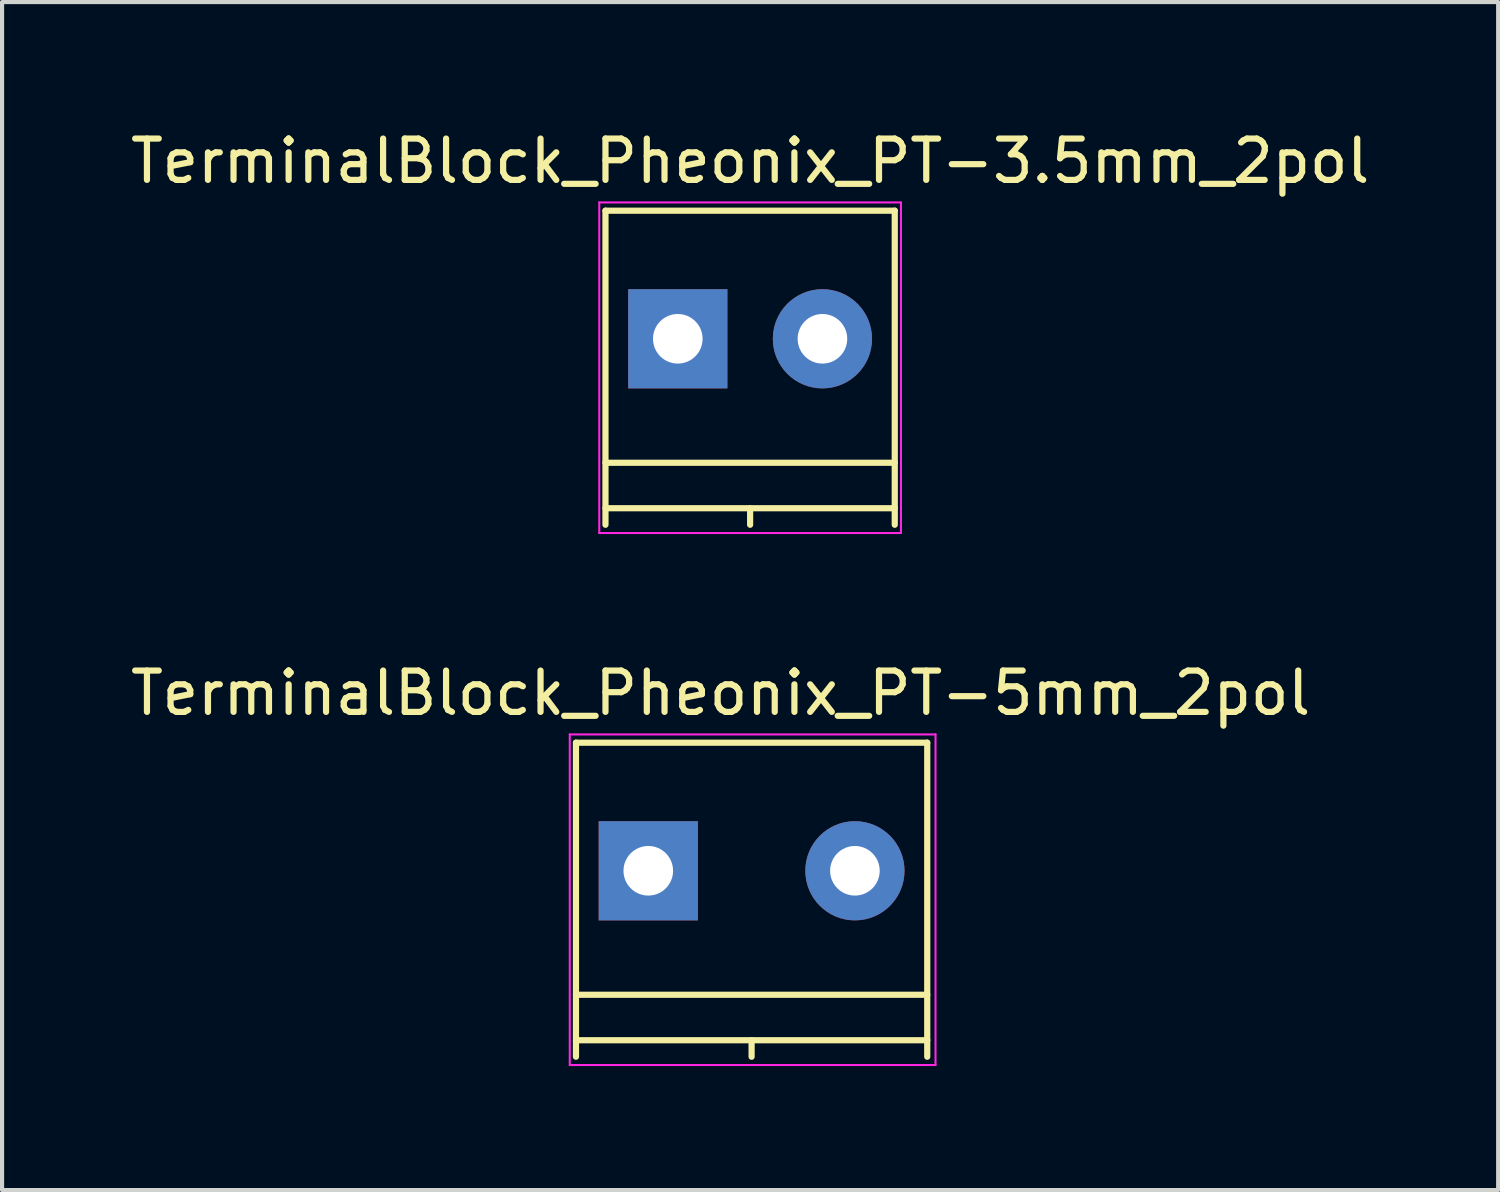
<source format=kicad_pcb>
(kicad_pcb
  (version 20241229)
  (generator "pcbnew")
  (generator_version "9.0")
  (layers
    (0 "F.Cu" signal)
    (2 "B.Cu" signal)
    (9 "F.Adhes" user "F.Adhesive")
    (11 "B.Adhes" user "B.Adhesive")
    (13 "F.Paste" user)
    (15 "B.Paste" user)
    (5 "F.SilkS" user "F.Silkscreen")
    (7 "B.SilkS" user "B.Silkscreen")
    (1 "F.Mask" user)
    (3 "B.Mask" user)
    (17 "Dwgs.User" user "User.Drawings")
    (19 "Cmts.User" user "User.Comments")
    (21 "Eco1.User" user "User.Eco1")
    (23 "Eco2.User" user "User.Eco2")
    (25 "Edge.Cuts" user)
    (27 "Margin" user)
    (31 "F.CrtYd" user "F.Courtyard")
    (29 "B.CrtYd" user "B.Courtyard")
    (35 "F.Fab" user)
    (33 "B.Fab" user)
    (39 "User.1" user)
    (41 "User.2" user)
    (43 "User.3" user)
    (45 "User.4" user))
  (footprint "TerminalBlock_Pheonix_PT-3.5mm_2pol"
    (layer "F.Cu")
    (at 13.351 5.148)
    (property "Reference" "TerminalBlock_Pheonix_PT-3.5mm_2pol" (at 1.75 -4.3 0) (layer "F.SilkS") (effects (font (size 1 1) (thickness 0.15))))
    (attr through_hole)
    (fp_line (start -1.75 -3.1) (end -1.75 4.5) (stroke (width 0.15) (type solid)) (layer "F.SilkS"))
    (fp_line (start -1.75 3) (end 5.25 3) (stroke (width 0.15) (type solid)) (layer "F.SilkS"))
    (fp_line (start -1.75 4.1) (end 5.25 4.1) (stroke (width 0.15) (type solid)) (layer "F.SilkS"))
    (fp_line (start 1.75 4.1) (end 1.75 4.5) (stroke (width 0.15) (type solid)) (layer "F.SilkS"))
    (fp_line (start 5.25 -3.1) (end -1.75 -3.1) (stroke (width 0.15) (type solid)) (layer "F.SilkS"))
    (fp_line (start 5.25 4.5) (end 5.25 -3.1) (stroke (width 0.15) (type solid)) (layer "F.SilkS"))
    (fp_line (start -1.9 -3.3) (end 5.4 -3.3) (stroke (width 0.05) (type solid)) (layer "F.CrtYd"))
    (fp_line (start -1.9 4.7) (end -1.9 -3.3) (stroke (width 0.05) (type solid)) (layer "F.CrtYd"))
    (fp_line (start 5.4 -3.3) (end 5.4 4.7) (stroke (width 0.05) (type solid)) (layer "F.CrtYd"))
    (fp_line (start 5.4 4.7) (end -1.9 4.7) (stroke (width 0.05) (type solid)) (layer "F.CrtYd"))
    (pad "1" thru_hole rect (at 0 0) (size 2.4 2.4) (drill 1.2) (layers "*.Cu" "*.Mask"))
    (pad "2" thru_hole circle (at 3.5 0) (size 2.4 2.4) (drill 1.2) (layers "*.Cu" "*.Mask")))
  (footprint "TerminalBlock_Pheonix_PT-5mm_2pol"
    (layer "F.Cu")
    (at 12.637 18.021)
    (property "Reference" "TerminalBlock_Pheonix_PT-5mm_2pol" (at 1.75 -4.3 0) (layer "F.SilkS") (effects (font (size 1 1) (thickness 0.15))))
    (attr through_hole)
    (fp_line (start -1.75 -3.1) (end -1.75 4.5) (stroke (width 0.15) (type solid)) (layer "F.SilkS"))
    (fp_line (start -1.75 3) (end 6.75 3) (stroke (width 0.15) (type solid)) (layer "F.SilkS"))
    (fp_line (start -1.75 4.1) (end 6.75 4.1) (stroke (width 0.15) (type solid)) (layer "F.SilkS"))
    (fp_line (start 2.5 4.1) (end 2.5 4.5) (stroke (width 0.15) (type solid)) (layer "F.SilkS"))
    (fp_line (start 6.75 -3.1) (end -1.75 -3.1) (stroke (width 0.15) (type solid)) (layer "F.SilkS"))
    (fp_line (start 6.75 4.5) (end 6.75 -3.1) (stroke (width 0.15) (type solid)) (layer "F.SilkS"))
    (fp_line (start -1.9 -3.3) (end 6.95 -3.3) (stroke (width 0.05) (type solid)) (layer "F.CrtYd"))
    (fp_line (start -1.9 4.7) (end -1.9 -3.3) (stroke (width 0.05) (type solid)) (layer "F.CrtYd"))
    (fp_line (start 6.95 -3.3) (end 6.95 4.7) (stroke (width 0.05) (type solid)) (layer "F.CrtYd"))
    (fp_line (start 6.95 4.7) (end -1.9 4.7) (stroke (width 0.05) (type solid)) (layer "F.CrtYd"))
    (pad "1" thru_hole rect (at 0 0) (size 2.4 2.4) (drill 1.2) (layers "*.Cu" "*.Mask"))
    (pad "2" thru_hole circle (at 5 0) (size 2.4 2.4) (drill 1.2) (layers "*.Cu" "*.Mask")))
  (gr_rect
    (start -3 -3)
    (end 33.202 25.747)
    (stroke (width 0.1) (type default))
    (fill no)
    (layer "Edge.Cuts")))
</source>
